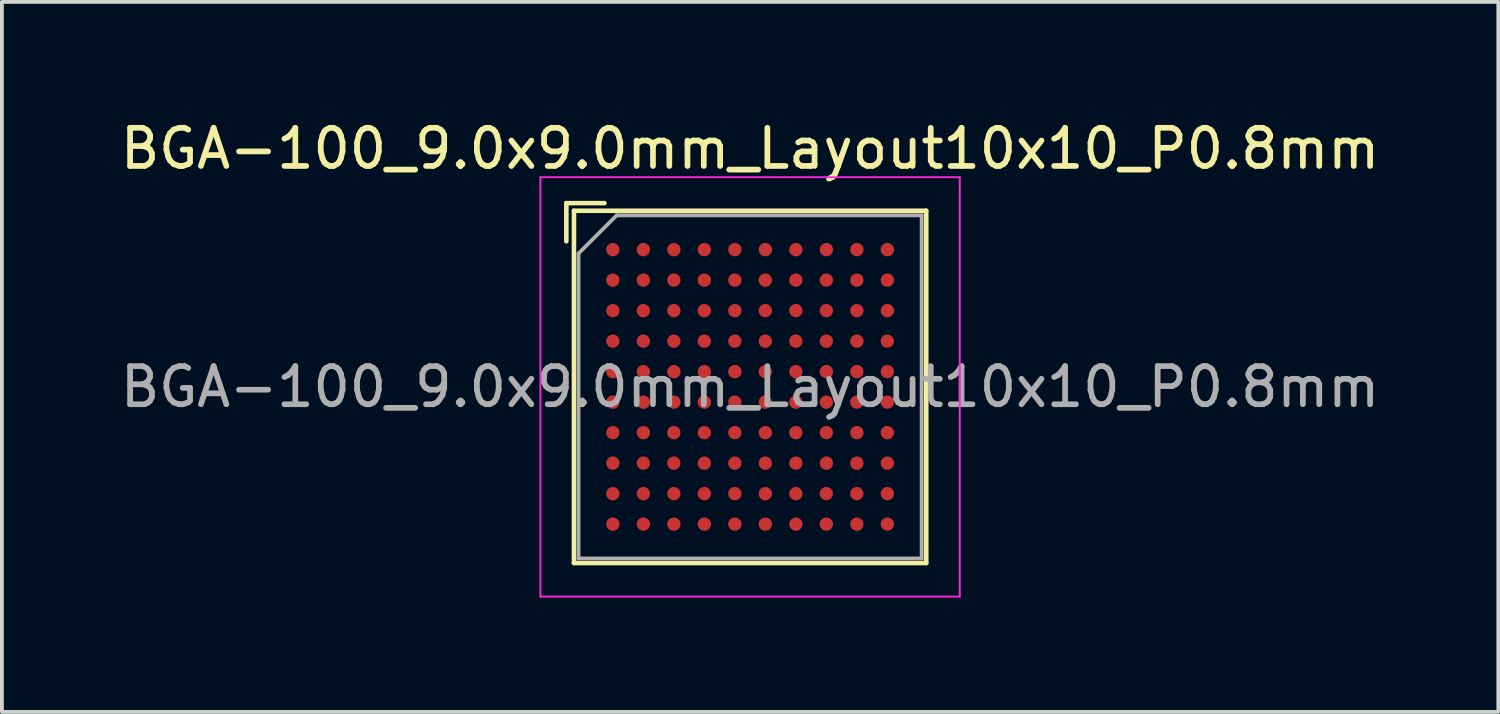
<source format=kicad_pcb>
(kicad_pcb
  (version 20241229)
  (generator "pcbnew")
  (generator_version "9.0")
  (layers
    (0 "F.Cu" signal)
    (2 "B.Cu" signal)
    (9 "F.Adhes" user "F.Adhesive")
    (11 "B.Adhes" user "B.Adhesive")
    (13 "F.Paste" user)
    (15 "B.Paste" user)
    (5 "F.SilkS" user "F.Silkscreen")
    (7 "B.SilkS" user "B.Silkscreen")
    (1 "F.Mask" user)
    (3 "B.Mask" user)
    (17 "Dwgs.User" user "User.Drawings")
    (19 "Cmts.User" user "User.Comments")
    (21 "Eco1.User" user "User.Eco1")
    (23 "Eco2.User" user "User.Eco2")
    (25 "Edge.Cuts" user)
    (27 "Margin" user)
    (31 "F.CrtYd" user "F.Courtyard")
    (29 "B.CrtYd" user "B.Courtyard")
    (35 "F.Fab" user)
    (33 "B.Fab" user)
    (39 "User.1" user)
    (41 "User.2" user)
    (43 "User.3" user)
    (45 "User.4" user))
  (footprint "BGA-100_9.0x9.0mm_Layout10x10_P0.8mm"
    (layer "F.Cu")
    (at 16.625 7.098)
    (property "Reference" "BGA-100_9.0x9.0mm_Layout10x10_P0.8mm" (at 0 -6.25 0) (layer "F.SilkS") (effects (font (size 1 1) (thickness 0.15))))
    (attr smd)
    (fp_line (start -4.82 -4.82) (end -3.82 -4.82) (stroke (width 0.12) (type solid)) (layer "F.SilkS"))
    (fp_line (start -4.82 -3.82) (end -4.82 -4.82) (stroke (width 0.12) (type solid)) (layer "F.SilkS"))
    (fp_line (start -4.62 -4.62) (end -4.62 4.62) (stroke (width 0.12) (type solid)) (layer "F.SilkS"))
    (fp_line (start -4.62 4.62) (end 4.62 4.62) (stroke (width 0.12) (type solid)) (layer "F.SilkS"))
    (fp_line (start 4.62 -4.62) (end -4.62 -4.62) (stroke (width 0.12) (type solid)) (layer "F.SilkS"))
    (fp_line (start 4.62 4.62) (end 4.62 -4.62) (stroke (width 0.12) (type solid)) (layer "F.SilkS"))
    (fp_line (start -5.5 -5.5) (end -5.5 5.5) (stroke (width 0.05) (type solid)) (layer "F.CrtYd"))
    (fp_line (start -5.5 -5.5) (end 5.5 -5.5) (stroke (width 0.05) (type solid)) (layer "F.CrtYd"))
    (fp_line (start 5.5 5.5) (end -5.5 5.5) (stroke (width 0.05) (type solid)) (layer "F.CrtYd"))
    (fp_line (start 5.5 5.5) (end 5.5 -5.5) (stroke (width 0.05) (type solid)) (layer "F.CrtYd"))
    (fp_line (start -4.5 -3.5) (end -4.5 4.5) (stroke (width 0.1) (type solid)) (layer "F.Fab"))
    (fp_line (start -4.5 4.5) (end 4.5 4.5) (stroke (width 0.1) (type solid)) (layer "F.Fab"))
    (fp_line (start -3.5 -4.5) (end -4.5 -3.5) (stroke (width 0.1) (type solid)) (layer "F.Fab"))
    (fp_line (start 4.5 -4.5) (end -3.5 -4.5) (stroke (width 0.1) (type solid)) (layer "F.Fab"))
    (fp_line (start 4.5 4.5) (end 4.5 -4.5) (stroke (width 0.1) (type solid)) (layer "F.Fab"))
    (fp_text user "${REFERENCE}" (at 0 0 0) (layer "F.Fab") (effects (font (size 1 1) (thickness 0.15))))
    (pad "A1" smd circle (at -3.6 -3.6) (size 0.35 0.35) (layers "F.Cu" "F.Mask" "F.Paste"))
    (pad "A2" smd circle (at -2.8 -3.6) (size 0.35 0.35) (layers "F.Cu" "F.Mask" "F.Paste"))
    (pad "A3" smd circle (at -2 -3.6) (size 0.35 0.35) (layers "F.Cu" "F.Mask" "F.Paste"))
    (pad "A4" smd circle (at -1.2 -3.6) (size 0.35 0.35) (layers "F.Cu" "F.Mask" "F.Paste"))
    (pad "A5" smd circle (at -0.4 -3.6) (size 0.35 0.35) (layers "F.Cu" "F.Mask" "F.Paste"))
    (pad "A6" smd circle (at 0.4 -3.6) (size 0.35 0.35) (layers "F.Cu" "F.Mask" "F.Paste"))
    (pad "A7" smd circle (at 1.2 -3.6) (size 0.35 0.35) (layers "F.Cu" "F.Mask" "F.Paste"))
    (pad "A8" smd circle (at 2 -3.6) (size 0.35 0.35) (layers "F.Cu" "F.Mask" "F.Paste"))
    (pad "A9" smd circle (at 2.8 -3.6) (size 0.35 0.35) (layers "F.Cu" "F.Mask" "F.Paste"))
    (pad "A10" smd circle (at 3.6 -3.6) (size 0.35 0.35) (layers "F.Cu" "F.Mask" "F.Paste"))
    (pad "B1" smd circle (at -3.6 -2.8) (size 0.35 0.35) (layers "F.Cu" "F.Mask" "F.Paste"))
    (pad "B2" smd circle (at -2.8 -2.8) (size 0.35 0.35) (layers "F.Cu" "F.Mask" "F.Paste"))
    (pad "B3" smd circle (at -2 -2.8) (size 0.35 0.35) (layers "F.Cu" "F.Mask" "F.Paste"))
    (pad "B4" smd circle (at -1.2 -2.8) (size 0.35 0.35) (layers "F.Cu" "F.Mask" "F.Paste"))
    (pad "B5" smd circle (at -0.4 -2.8) (size 0.35 0.35) (layers "F.Cu" "F.Mask" "F.Paste"))
    (pad "B6" smd circle (at 0.4 -2.8) (size 0.35 0.35) (layers "F.Cu" "F.Mask" "F.Paste"))
    (pad "B7" smd circle (at 1.2 -2.8) (size 0.35 0.35) (layers "F.Cu" "F.Mask" "F.Paste"))
    (pad "B8" smd circle (at 2 -2.8) (size 0.35 0.35) (layers "F.Cu" "F.Mask" "F.Paste"))
    (pad "B9" smd circle (at 2.8 -2.8) (size 0.35 0.35) (layers "F.Cu" "F.Mask" "F.Paste"))
    (pad "B10" smd circle (at 3.6 -2.8) (size 0.35 0.35) (layers "F.Cu" "F.Mask" "F.Paste"))
    (pad "C1" smd circle (at -3.6 -2) (size 0.35 0.35) (layers "F.Cu" "F.Mask" "F.Paste"))
    (pad "C2" smd circle (at -2.8 -2) (size 0.35 0.35) (layers "F.Cu" "F.Mask" "F.Paste"))
    (pad "C3" smd circle (at -2 -2) (size 0.35 0.35) (layers "F.Cu" "F.Mask" "F.Paste"))
    (pad "C4" smd circle (at -1.2 -2) (size 0.35 0.35) (layers "F.Cu" "F.Mask" "F.Paste"))
    (pad "C5" smd circle (at -0.4 -2) (size 0.35 0.35) (layers "F.Cu" "F.Mask" "F.Paste"))
    (pad "C6" smd circle (at 0.4 -2) (size 0.35 0.35) (layers "F.Cu" "F.Mask" "F.Paste"))
    (pad "C7" smd circle (at 1.2 -2) (size 0.35 0.35) (layers "F.Cu" "F.Mask" "F.Paste"))
    (pad "C8" smd circle (at 2 -2) (size 0.35 0.35) (layers "F.Cu" "F.Mask" "F.Paste"))
    (pad "C9" smd circle (at 2.8 -2) (size 0.35 0.35) (layers "F.Cu" "F.Mask" "F.Paste"))
    (pad "C10" smd circle (at 3.6 -2) (size 0.35 0.35) (layers "F.Cu" "F.Mask" "F.Paste"))
    (pad "D1" smd circle (at -3.6 -1.2) (size 0.35 0.35) (layers "F.Cu" "F.Mask" "F.Paste"))
    (pad "D2" smd circle (at -2.8 -1.2) (size 0.35 0.35) (layers "F.Cu" "F.Mask" "F.Paste"))
    (pad "D3" smd circle (at -2 -1.2) (size 0.35 0.35) (layers "F.Cu" "F.Mask" "F.Paste"))
    (pad "D4" smd circle (at -1.2 -1.2) (size 0.35 0.35) (layers "F.Cu" "F.Mask" "F.Paste"))
    (pad "D5" smd circle (at -0.4 -1.2) (size 0.35 0.35) (layers "F.Cu" "F.Mask" "F.Paste"))
    (pad "D6" smd circle (at 0.4 -1.2) (size 0.35 0.35) (layers "F.Cu" "F.Mask" "F.Paste"))
    (pad "D7" smd circle (at 1.2 -1.2) (size 0.35 0.35) (layers "F.Cu" "F.Mask" "F.Paste"))
    (pad "D8" smd circle (at 2 -1.2) (size 0.35 0.35) (layers "F.Cu" "F.Mask" "F.Paste"))
    (pad "D9" smd circle (at 2.8 -1.2) (size 0.35 0.35) (layers "F.Cu" "F.Mask" "F.Paste"))
    (pad "D10" smd circle (at 3.6 -1.2) (size 0.35 0.35) (layers "F.Cu" "F.Mask" "F.Paste"))
    (pad "E1" smd circle (at -3.6 -0.4) (size 0.35 0.35) (layers "F.Cu" "F.Mask" "F.Paste"))
    (pad "E2" smd circle (at -2.8 -0.4) (size 0.35 0.35) (layers "F.Cu" "F.Mask" "F.Paste"))
    (pad "E3" smd circle (at -2 -0.4) (size 0.35 0.35) (layers "F.Cu" "F.Mask" "F.Paste"))
    (pad "E4" smd circle (at -1.2 -0.4) (size 0.35 0.35) (layers "F.Cu" "F.Mask" "F.Paste"))
    (pad "E5" smd circle (at -0.4 -0.4) (size 0.35 0.35) (layers "F.Cu" "F.Mask" "F.Paste"))
    (pad "E6" smd circle (at 0.4 -0.4) (size 0.35 0.35) (layers "F.Cu" "F.Mask" "F.Paste"))
    (pad "E7" smd circle (at 1.2 -0.4) (size 0.35 0.35) (layers "F.Cu" "F.Mask" "F.Paste"))
    (pad "E8" smd circle (at 2 -0.4) (size 0.35 0.35) (layers "F.Cu" "F.Mask" "F.Paste"))
    (pad "E9" smd circle (at 2.8 -0.4) (size 0.35 0.35) (layers "F.Cu" "F.Mask" "F.Paste"))
    (pad "E10" smd circle (at 3.6 -0.4) (size 0.35 0.35) (layers "F.Cu" "F.Mask" "F.Paste"))
    (pad "F1" smd circle (at -3.6 0.4) (size 0.35 0.35) (layers "F.Cu" "F.Mask" "F.Paste"))
    (pad "F2" smd circle (at -2.8 0.4) (size 0.35 0.35) (layers "F.Cu" "F.Mask" "F.Paste"))
    (pad "F3" smd circle (at -2 0.4) (size 0.35 0.35) (layers "F.Cu" "F.Mask" "F.Paste"))
    (pad "F4" smd circle (at -1.2 0.4) (size 0.35 0.35) (layers "F.Cu" "F.Mask" "F.Paste"))
    (pad "F5" smd circle (at -0.4 0.4) (size 0.35 0.35) (layers "F.Cu" "F.Mask" "F.Paste"))
    (pad "F6" smd circle (at 0.4 0.4) (size 0.35 0.35) (layers "F.Cu" "F.Mask" "F.Paste"))
    (pad "F7" smd circle (at 1.2 0.4) (size 0.35 0.35) (layers "F.Cu" "F.Mask" "F.Paste"))
    (pad "F8" smd circle (at 2 0.4) (size 0.35 0.35) (layers "F.Cu" "F.Mask" "F.Paste"))
    (pad "F9" smd circle (at 2.8 0.4) (size 0.35 0.35) (layers "F.Cu" "F.Mask" "F.Paste"))
    (pad "F10" smd circle (at 3.6 0.4) (size 0.35 0.35) (layers "F.Cu" "F.Mask" "F.Paste"))
    (pad "G1" smd circle (at -3.6 1.2) (size 0.35 0.35) (layers "F.Cu" "F.Mask" "F.Paste"))
    (pad "G2" smd circle (at -2.8 1.2) (size 0.35 0.35) (layers "F.Cu" "F.Mask" "F.Paste"))
    (pad "G3" smd circle (at -2 1.2) (size 0.35 0.35) (layers "F.Cu" "F.Mask" "F.Paste"))
    (pad "G4" smd circle (at -1.2 1.2) (size 0.35 0.35) (layers "F.Cu" "F.Mask" "F.Paste"))
    (pad "G5" smd circle (at -0.4 1.2) (size 0.35 0.35) (layers "F.Cu" "F.Mask" "F.Paste"))
    (pad "G6" smd circle (at 0.4 1.2) (size 0.35 0.35) (layers "F.Cu" "F.Mask" "F.Paste"))
    (pad "G7" smd circle (at 1.2 1.2) (size 0.35 0.35) (layers "F.Cu" "F.Mask" "F.Paste"))
    (pad "G8" smd circle (at 2 1.2) (size 0.35 0.35) (layers "F.Cu" "F.Mask" "F.Paste"))
    (pad "G9" smd circle (at 2.8 1.2) (size 0.35 0.35) (layers "F.Cu" "F.Mask" "F.Paste"))
    (pad "G10" smd circle (at 3.6 1.2) (size 0.35 0.35) (layers "F.Cu" "F.Mask" "F.Paste"))
    (pad "H1" smd circle (at -3.6 2) (size 0.35 0.35) (layers "F.Cu" "F.Mask" "F.Paste"))
    (pad "H2" smd circle (at -2.8 2) (size 0.35 0.35) (layers "F.Cu" "F.Mask" "F.Paste"))
    (pad "H3" smd circle (at -2 2) (size 0.35 0.35) (layers "F.Cu" "F.Mask" "F.Paste"))
    (pad "H4" smd circle (at -1.2 2) (size 0.35 0.35) (layers "F.Cu" "F.Mask" "F.Paste"))
    (pad "H5" smd circle (at -0.4 2) (size 0.35 0.35) (layers "F.Cu" "F.Mask" "F.Paste"))
    (pad "H6" smd circle (at 0.4 2) (size 0.35 0.35) (layers "F.Cu" "F.Mask" "F.Paste"))
    (pad "H7" smd circle (at 1.2 2) (size 0.35 0.35) (layers "F.Cu" "F.Mask" "F.Paste"))
    (pad "H8" smd circle (at 2 2) (size 0.35 0.35) (layers "F.Cu" "F.Mask" "F.Paste"))
    (pad "H9" smd circle (at 2.8 2) (size 0.35 0.35) (layers "F.Cu" "F.Mask" "F.Paste"))
    (pad "H10" smd circle (at 3.6 2) (size 0.35 0.35) (layers "F.Cu" "F.Mask" "F.Paste"))
    (pad "J1" smd circle (at -3.6 2.8) (size 0.35 0.35) (layers "F.Cu" "F.Mask" "F.Paste"))
    (pad "J2" smd circle (at -2.8 2.8) (size 0.35 0.35) (layers "F.Cu" "F.Mask" "F.Paste"))
    (pad "J3" smd circle (at -2 2.8) (size 0.35 0.35) (layers "F.Cu" "F.Mask" "F.Paste"))
    (pad "J4" smd circle (at -1.2 2.8) (size 0.35 0.35) (layers "F.Cu" "F.Mask" "F.Paste"))
    (pad "J5" smd circle (at -0.4 2.8) (size 0.35 0.35) (layers "F.Cu" "F.Mask" "F.Paste"))
    (pad "J6" smd circle (at 0.4 2.8) (size 0.35 0.35) (layers "F.Cu" "F.Mask" "F.Paste"))
    (pad "J7" smd circle (at 1.2 2.8) (size 0.35 0.35) (layers "F.Cu" "F.Mask" "F.Paste"))
    (pad "J8" smd circle (at 2 2.8) (size 0.35 0.35) (layers "F.Cu" "F.Mask" "F.Paste"))
    (pad "J9" smd circle (at 2.8 2.8) (size 0.35 0.35) (layers "F.Cu" "F.Mask" "F.Paste"))
    (pad "J10" smd circle (at 3.6 2.8) (size 0.35 0.35) (layers "F.Cu" "F.Mask" "F.Paste"))
    (pad "K1" smd circle (at -3.6 3.6) (size 0.35 0.35) (layers "F.Cu" "F.Mask" "F.Paste"))
    (pad "K2" smd circle (at -2.8 3.6) (size 0.35 0.35) (layers "F.Cu" "F.Mask" "F.Paste"))
    (pad "K3" smd circle (at -2 3.6) (size 0.35 0.35) (layers "F.Cu" "F.Mask" "F.Paste"))
    (pad "K4" smd circle (at -1.2 3.6) (size 0.35 0.35) (layers "F.Cu" "F.Mask" "F.Paste"))
    (pad "K5" smd circle (at -0.4 3.6) (size 0.35 0.35) (layers "F.Cu" "F.Mask" "F.Paste"))
    (pad "K6" smd circle (at 0.4 3.6) (size 0.35 0.35) (layers "F.Cu" "F.Mask" "F.Paste"))
    (pad "K7" smd circle (at 1.2 3.6) (size 0.35 0.35) (layers "F.Cu" "F.Mask" "F.Paste"))
    (pad "K8" smd circle (at 2 3.6) (size 0.35 0.35) (layers "F.Cu" "F.Mask" "F.Paste"))
    (pad "K9" smd circle (at 2.8 3.6) (size 0.35 0.35) (layers "F.Cu" "F.Mask" "F.Paste"))
    (pad "K10" smd circle (at 3.6 3.6) (size 0.35 0.35) (layers "F.Cu" "F.Mask" "F.Paste")))
  (gr_rect
    (start -3 -3)
    (end 36.25 15.623)
    (stroke (width 0.1) (type default))
    (fill no)
    (layer "Edge.Cuts")))
</source>
